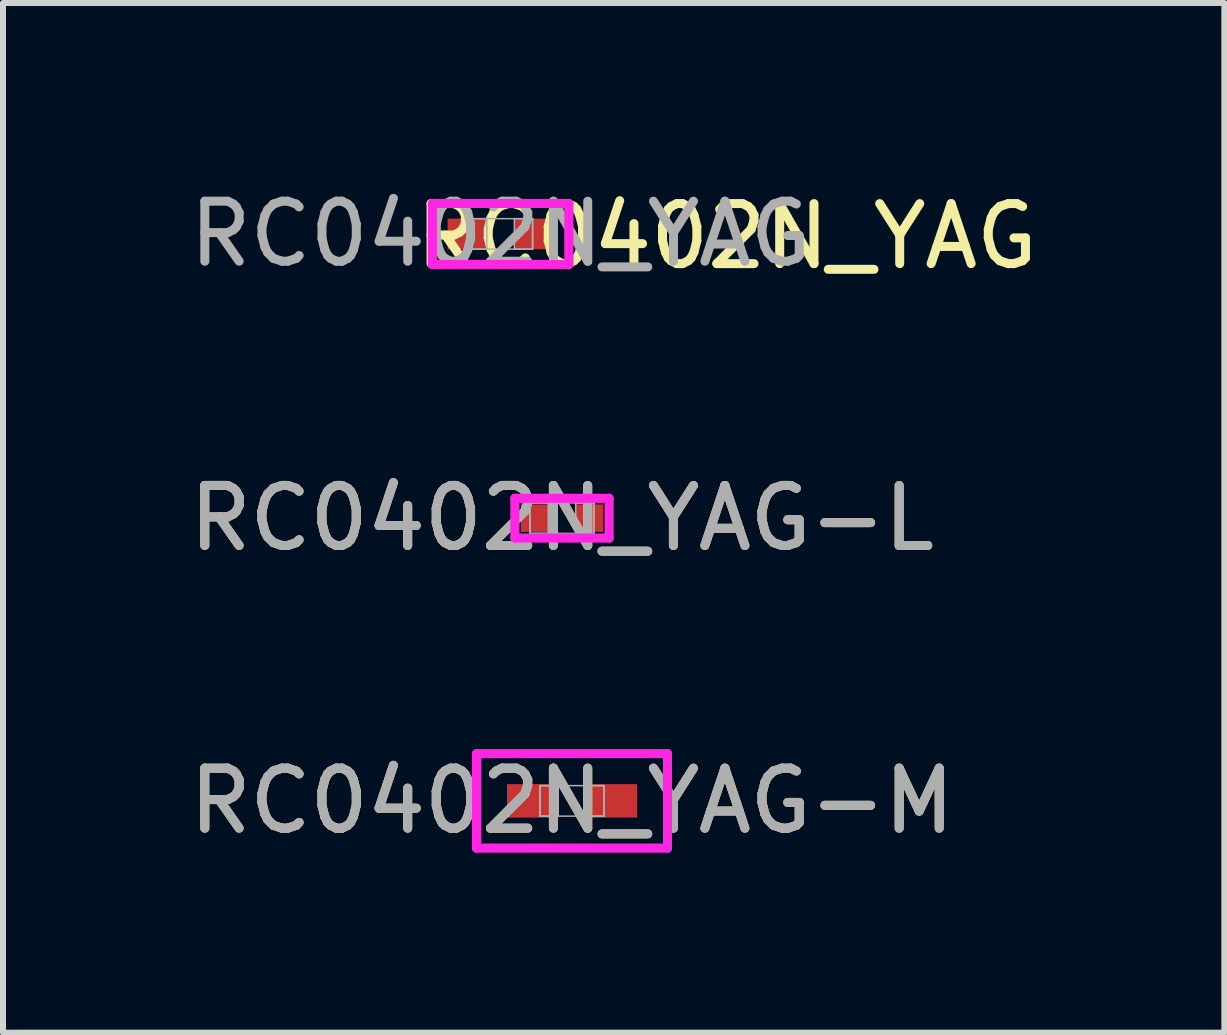
<source format=kicad_pcb>
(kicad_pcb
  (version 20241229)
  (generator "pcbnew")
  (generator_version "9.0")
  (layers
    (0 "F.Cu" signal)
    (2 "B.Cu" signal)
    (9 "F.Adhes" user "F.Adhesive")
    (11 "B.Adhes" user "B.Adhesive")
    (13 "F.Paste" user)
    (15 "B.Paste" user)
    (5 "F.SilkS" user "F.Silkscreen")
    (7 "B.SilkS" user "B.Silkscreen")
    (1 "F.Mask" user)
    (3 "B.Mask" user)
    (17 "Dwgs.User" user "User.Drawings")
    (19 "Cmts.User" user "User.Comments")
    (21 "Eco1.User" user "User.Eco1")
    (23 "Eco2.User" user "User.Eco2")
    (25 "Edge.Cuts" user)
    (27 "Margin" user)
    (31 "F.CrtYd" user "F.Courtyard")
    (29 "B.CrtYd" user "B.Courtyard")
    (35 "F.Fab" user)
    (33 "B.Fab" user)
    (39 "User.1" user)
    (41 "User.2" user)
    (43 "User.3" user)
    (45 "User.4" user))
  (footprint "RC0402N_YAG"
    (layer "F.Cu")
    (at 5.292 0.848)
    (property "Reference" "RC0402N_YAG" (at 3.77 0.04 0) (unlocked yes) (layer "F.SilkS") (effects (font (size 1 1) (thickness 0.15))))
    (attr smd)
    (fp_line (start -1.137 -0.508) (end 1.137 -0.508) (stroke (width 0.152) (type solid)) (layer "F.CrtYd"))
    (fp_line (start -1.137 0.508) (end -1.137 -0.508) (stroke (width 0.152) (type solid)) (layer "F.CrtYd"))
    (fp_line (start 1.137 -0.508) (end 1.137 0.508) (stroke (width 0.152) (type solid)) (layer "F.CrtYd"))
    (fp_line (start 1.137 0.508) (end -1.137 0.508) (stroke (width 0.152) (type solid)) (layer "F.CrtYd"))
    (fp_line (start -0.533 -0.254) (end -0.533 0.254) (stroke (width 0.025) (type solid)) (layer "F.Fab"))
    (fp_line (start -0.533 -0.254) (end -0.533 0.254) (stroke (width 0.025) (type solid)) (layer "F.Fab"))
    (fp_line (start -0.533 0.254) (end -0.229 0.254) (stroke (width 0.025) (type solid)) (layer "F.Fab"))
    (fp_line (start -0.533 0.254) (end 0.533 0.254) (stroke (width 0.025) (type solid)) (layer "F.Fab"))
    (fp_line (start -0.229 -0.254) (end -0.533 -0.254) (stroke (width 0.025) (type solid)) (layer "F.Fab"))
    (fp_line (start -0.229 0.254) (end -0.229 -0.254) (stroke (width 0.025) (type solid)) (layer "F.Fab"))
    (fp_line (start 0.229 -0.254) (end 0.229 0.254) (stroke (width 0.025) (type solid)) (layer "F.Fab"))
    (fp_line (start 0.229 0.254) (end 0.533 0.254) (stroke (width 0.025) (type solid)) (layer "F.Fab"))
    (fp_line (start 0.533 -0.254) (end -0.533 -0.254) (stroke (width 0.025) (type solid)) (layer "F.Fab"))
    (fp_line (start 0.533 -0.254) (end 0.229 -0.254) (stroke (width 0.025) (type solid)) (layer "F.Fab"))
    (fp_line (start 0.533 0.254) (end 0.533 -0.254) (stroke (width 0.025) (type solid)) (layer "F.Fab"))
    (fp_line (start 0.533 0.254) (end 0.533 -0.254) (stroke (width 0.025) (type solid)) (layer "F.Fab"))
    (fp_text user "${REFERENCE}" (at 0 0 0) (unlocked yes) (layer "F.Fab") (effects (font (size 1 1) (thickness 0.15))))
    (pad "1" smd rect (at -0.556 0) (size 0.655 0.508) (layers "F.Cu" "F.Mask" "F.Paste"))
    (pad "2" smd rect (at 0.556 0) (size 0.655 0.508) (layers "F.Cu" "F.Mask" "F.Paste"))
    (zone (net_name "") (layer "F.Cu") (hatch full 0.508) (connect_pads) (min_thickness 0.254) (filled_areas_thickness no) (keepout (tracks not_allowed) (vias not_allowed) (pads allowed) (copperpour not_allowed) (footprints allowed)) (placement (enabled no)) (fill) (polygon (pts (xy 5.114 0.645) (xy 5.469 0.645) (xy 5.469 1.051) (xy 5.114 1.051)))))
  (footprint "RC0402N_YAG-M"
    (layer "F.Cu")
    (at 6.482 10.296)
    (property "Reference" "RC0402N_YAG-M" (at 0 0 0) (unlocked yes) (layer "F.SilkS") (effects (font (size 1 1) (thickness 0.15))))
    (attr smd)
    (fp_line (start -1.591 -0.787) (end 1.591 -0.787) (stroke (width 0.152) (type solid)) (layer "F.CrtYd"))
    (fp_line (start -1.591 0.787) (end -1.591 -0.787) (stroke (width 0.152) (type solid)) (layer "F.CrtYd"))
    (fp_line (start 1.591 -0.787) (end 1.591 0.787) (stroke (width 0.152) (type solid)) (layer "F.CrtYd"))
    (fp_line (start 1.591 0.787) (end -1.591 0.787) (stroke (width 0.152) (type solid)) (layer "F.CrtYd"))
    (fp_line (start -0.533 -0.254) (end -0.533 0.254) (stroke (width 0.025) (type solid)) (layer "F.Fab"))
    (fp_line (start -0.533 -0.254) (end -0.533 0.254) (stroke (width 0.025) (type solid)) (layer "F.Fab"))
    (fp_line (start -0.533 0.254) (end -0.229 0.254) (stroke (width 0.025) (type solid)) (layer "F.Fab"))
    (fp_line (start -0.533 0.254) (end 0.533 0.254) (stroke (width 0.025) (type solid)) (layer "F.Fab"))
    (fp_line (start -0.229 -0.254) (end -0.533 -0.254) (stroke (width 0.025) (type solid)) (layer "F.Fab"))
    (fp_line (start -0.229 0.254) (end -0.229 -0.254) (stroke (width 0.025) (type solid)) (layer "F.Fab"))
    (fp_line (start 0.229 -0.254) (end 0.229 0.254) (stroke (width 0.025) (type solid)) (layer "F.Fab"))
    (fp_line (start 0.229 0.254) (end 0.533 0.254) (stroke (width 0.025) (type solid)) (layer "F.Fab"))
    (fp_line (start 0.533 -0.254) (end -0.533 -0.254) (stroke (width 0.025) (type solid)) (layer "F.Fab"))
    (fp_line (start 0.533 -0.254) (end 0.229 -0.254) (stroke (width 0.025) (type solid)) (layer "F.Fab"))
    (fp_line (start 0.533 0.254) (end 0.533 -0.254) (stroke (width 0.025) (type solid)) (layer "F.Fab"))
    (fp_line (start 0.533 0.254) (end 0.533 -0.254) (stroke (width 0.025) (type solid)) (layer "F.Fab"))
    (fp_text user "${REFERENCE}" (at 0 0 0) (unlocked yes) (layer "F.Fab") (effects (font (size 1 1) (thickness 0.15))))
    (pad "1" smd rect (at -0.656 0) (size 0.855 0.558) (layers "F.Cu" "F.Mask" "F.Paste"))
    (pad "2" smd rect (at 0.656 0) (size 0.855 0.558) (layers "F.Cu" "F.Mask" "F.Paste"))
    (zone (net_name "") (layer "F.Cu") (hatch full 0.508) (connect_pads) (min_thickness 0.254) (filled_areas_thickness no) (keepout (tracks not_allowed) (vias not_allowed) (pads allowed) (copperpour not_allowed) (footprints allowed)) (placement (enabled no)) (fill) (polygon (pts (xy 6.304 10.093) (xy 6.66 10.093) (xy 6.66 10.499) (xy 6.304 10.499)))))
  (footprint "RC0402N_YAG-L"
    (layer "F.Cu")
    (at 6.315 5.585)
    (property "Reference" "RC0402N_YAG-L" (at 0 0 0) (unlocked yes) (layer "F.SilkS") (effects (font (size 1 1) (thickness 0.15))))
    (attr smd)
    (fp_line (start -0.785 -0.331) (end 0.785 -0.331) (stroke (width 0.152) (type solid)) (layer "F.CrtYd"))
    (fp_line (start -0.785 0.331) (end -0.785 -0.331) (stroke (width 0.152) (type solid)) (layer "F.CrtYd"))
    (fp_line (start 0.785 -0.331) (end 0.785 0.331) (stroke (width 0.152) (type solid)) (layer "F.CrtYd"))
    (fp_line (start 0.785 0.331) (end -0.785 0.331) (stroke (width 0.152) (type solid)) (layer "F.CrtYd"))
    (fp_line (start -0.533 -0.254) (end -0.533 0.254) (stroke (width 0.025) (type solid)) (layer "F.Fab"))
    (fp_line (start -0.533 -0.254) (end -0.533 0.254) (stroke (width 0.025) (type solid)) (layer "F.Fab"))
    (fp_line (start -0.533 0.254) (end -0.229 0.254) (stroke (width 0.025) (type solid)) (layer "F.Fab"))
    (fp_line (start -0.533 0.254) (end 0.533 0.254) (stroke (width 0.025) (type solid)) (layer "F.Fab"))
    (fp_line (start -0.229 -0.254) (end -0.533 -0.254) (stroke (width 0.025) (type solid)) (layer "F.Fab"))
    (fp_line (start -0.229 0.254) (end -0.229 -0.254) (stroke (width 0.025) (type solid)) (layer "F.Fab"))
    (fp_line (start 0.229 -0.254) (end 0.229 0.254) (stroke (width 0.025) (type solid)) (layer "F.Fab"))
    (fp_line (start 0.229 0.254) (end 0.533 0.254) (stroke (width 0.025) (type solid)) (layer "F.Fab"))
    (fp_line (start 0.533 -0.254) (end -0.533 -0.254) (stroke (width 0.025) (type solid)) (layer "F.Fab"))
    (fp_line (start 0.533 -0.254) (end 0.229 -0.254) (stroke (width 0.025) (type solid)) (layer "F.Fab"))
    (fp_line (start 0.533 0.254) (end 0.533 -0.254) (stroke (width 0.025) (type solid)) (layer "F.Fab"))
    (fp_line (start 0.533 0.254) (end 0.533 -0.254) (stroke (width 0.025) (type solid)) (layer "F.Fab"))
    (fp_text user "${REFERENCE}" (at 0 0 0) (unlocked yes) (layer "F.Fab") (effects (font (size 1 1) (thickness 0.15))))
    (pad "1" smd rect (at -0.456 0) (size 0.455 0.458) (layers "F.Cu" "F.Mask" "F.Paste"))
    (pad "2" smd rect (at 0.456 0) (size 0.455 0.458) (layers "F.Cu" "F.Mask" "F.Paste"))
    (zone (net_name "") (layer "F.Cu") (hatch full 0.508) (connect_pads) (min_thickness 0.254) (filled_areas_thickness no) (keepout (tracks not_allowed) (vias not_allowed) (pads allowed) (copperpour not_allowed) (footprints allowed)) (placement (enabled no)) (fill) (polygon (pts (xy 6.138 5.382) (xy 6.493 5.382) (xy 6.493 5.788) (xy 6.138 5.788)))))
  (gr_rect
    (start -3 -3)
    (end 17.353 14.159)
    (stroke (width 0.1) (type default))
    (fill no)
    (layer "Edge.Cuts")))
</source>
